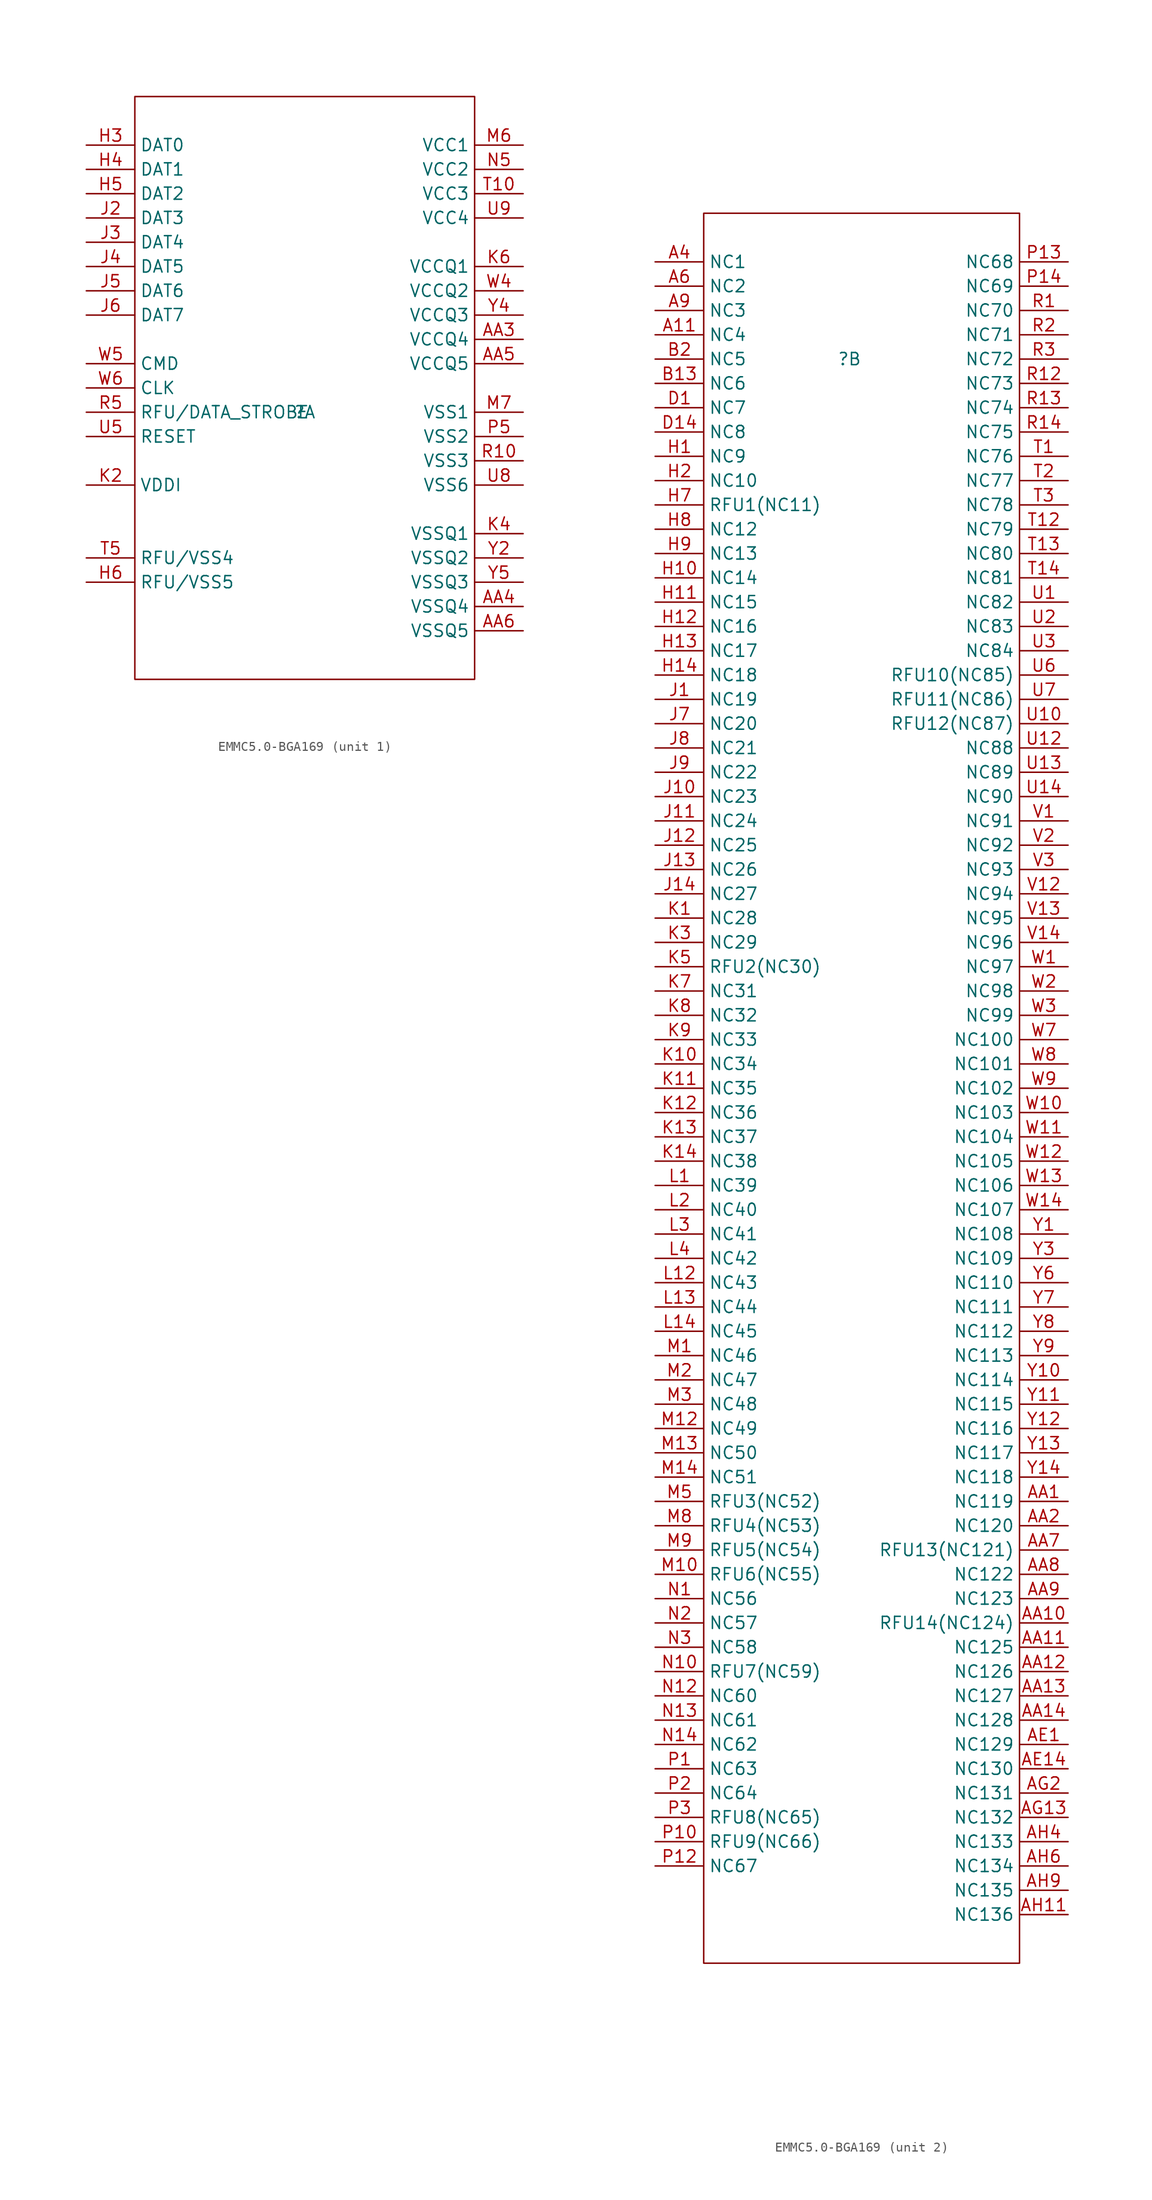
<source format=kicad_sym>
(kicad_symbol_lib
  (version 20231120)
  (generator "kicad_symbol_editor")
  (generator_version "8.0")
  (symbol "EMMC5.0-BGA169"
    (property "Reference" ""
      (at 0 0 0)
      (effects (font (size 1.27 1.27))))
    (property "Value" ""
      (at 0 0 0)
      (effects (font (size 1.27 1.27))))
    (symbol "EMMC5.0-BGA169_1_0"
      (rectangle (start -17.78 33.02) (end 17.78 -27.94) (stroke (width 0) (type default)) (fill (type none)))
      (pin input line (at 22.86 7.62 180) (length 5.08) (name "VCCQ4" (effects (font (size 1.27 1.27)))) (number "AA3" (effects (font (size 1.27 1.27)))))
      (pin input line (at 22.86 -20.32 180) (length 5.08) (name "VSSQ4" (effects (font (size 1.27 1.27)))) (number "AA4" (effects (font (size 1.27 1.27)))))
      (pin input line (at 22.86 5.08 180) (length 5.08) (name "VCCQ5" (effects (font (size 1.27 1.27)))) (number "AA5" (effects (font (size 1.27 1.27)))))
      (pin input line (at 22.86 -22.86 180) (length 5.08) (name "VSSQ5" (effects (font (size 1.27 1.27)))) (number "AA6" (effects (font (size 1.27 1.27)))))
      (pin input line (at -22.86 27.94 0) (length 5.08) (name "DAT0" (effects (font (size 1.27 1.27)))) (number "H3" (effects (font (size 1.27 1.27)))))
      (pin input line (at -22.86 25.4 0) (length 5.08) (name "DAT1" (effects (font (size 1.27 1.27)))) (number "H4" (effects (font (size 1.27 1.27)))))
      (pin input line (at -22.86 22.86 0) (length 5.08) (name "DAT2" (effects (font (size 1.27 1.27)))) (number "H5" (effects (font (size 1.27 1.27)))))
      (pin input line (at -22.86 -17.78 0) (length 5.08) (name "RFU/VSS5" (effects (font (size 1.27 1.27)))) (number "H6" (effects (font (size 1.27 1.27)))))
      (pin input line (at -22.86 20.32 0) (length 5.08) (name "DAT3" (effects (font (size 1.27 1.27)))) (number "J2" (effects (font (size 1.27 1.27)))))
      (pin input line (at -22.86 17.78 0) (length 5.08) (name "DAT4" (effects (font (size 1.27 1.27)))) (number "J3" (effects (font (size 1.27 1.27)))))
      (pin input line (at -22.86 15.24 0) (length 5.08) (name "DAT5" (effects (font (size 1.27 1.27)))) (number "J4" (effects (font (size 1.27 1.27)))))
      (pin input line (at -22.86 12.7 0) (length 5.08) (name "DAT6" (effects (font (size 1.27 1.27)))) (number "J5" (effects (font (size 1.27 1.27)))))
      (pin input line (at -22.86 10.16 0) (length 5.08) (name "DAT7" (effects (font (size 1.27 1.27)))) (number "J6" (effects (font (size 1.27 1.27)))))
      (pin input line (at -22.86 -7.62 0) (length 5.08) (name "VDDI" (effects (font (size 1.27 1.27)))) (number "K2" (effects (font (size 1.27 1.27)))))
      (pin input line (at 22.86 -12.7 180) (length 5.08) (name "VSSQ1" (effects (font (size 1.27 1.27)))) (number "K4" (effects (font (size 1.27 1.27)))))
      (pin input line (at 22.86 15.24 180) (length 5.08) (name "VCCQ1" (effects (font (size 1.27 1.27)))) (number "K6" (effects (font (size 1.27 1.27)))))
      (pin input line (at 22.86 27.94 180) (length 5.08) (name "VCC1" (effects (font (size 1.27 1.27)))) (number "M6" (effects (font (size 1.27 1.27)))))
      (pin input line (at 22.86 0 180) (length 5.08) (name "VSS1" (effects (font (size 1.27 1.27)))) (number "M7" (effects (font (size 1.27 1.27)))))
      (pin input line (at 22.86 25.4 180) (length 5.08) (name "VCC2" (effects (font (size 1.27 1.27)))) (number "N5" (effects (font (size 1.27 1.27)))))
      (pin input line (at 22.86 -2.54 180) (length 5.08) (name "VSS2" (effects (font (size 1.27 1.27)))) (number "P5" (effects (font (size 1.27 1.27)))))
      (pin input line (at 22.86 -5.08 180) (length 5.08) (name "VSS3" (effects (font (size 1.27 1.27)))) (number "R10" (effects (font (size 1.27 1.27)))))
      (pin input line (at -22.86 0 0) (length 5.08) (name "RFU/DATA_STROBE" (effects (font (size 1.27 1.27)))) (number "R5" (effects (font (size 1.27 1.27)))))
      (pin input line (at 22.86 22.86 180) (length 5.08) (name "VCC3" (effects (font (size 1.27 1.27)))) (number "T10" (effects (font (size 1.27 1.27)))))
      (pin input line (at -22.86 -15.24 0) (length 5.08) (name "RFU/VSS4" (effects (font (size 1.27 1.27)))) (number "T5" (effects (font (size 1.27 1.27)))))
      (pin input line (at -22.86 -2.54 0) (length 5.08) (name "RESET" (effects (font (size 1.27 1.27)))) (number "U5" (effects (font (size 1.27 1.27)))))
      (pin input line (at 22.86 -7.62 180) (length 5.08) (name "VSS6" (effects (font (size 1.27 1.27)))) (number "U8" (effects (font (size 1.27 1.27)))))
      (pin input line (at 22.86 20.32 180) (length 5.08) (name "VCC4" (effects (font (size 1.27 1.27)))) (number "U9" (effects (font (size 1.27 1.27)))))
      (pin input line (at 22.86 12.7 180) (length 5.08) (name "VCCQ2" (effects (font (size 1.27 1.27)))) (number "W4" (effects (font (size 1.27 1.27)))))
      (pin input line (at -22.86 5.08 0) (length 5.08) (name "CMD" (effects (font (size 1.27 1.27)))) (number "W5" (effects (font (size 1.27 1.27)))))
      (pin input line (at -22.86 2.54 0) (length 5.08) (name "CLK" (effects (font (size 1.27 1.27)))) (number "W6" (effects (font (size 1.27 1.27)))))
      (pin input line (at 22.86 -15.24 180) (length 5.08) (name "VSSQ2" (effects (font (size 1.27 1.27)))) (number "Y2" (effects (font (size 1.27 1.27)))))
      (pin input line (at 22.86 10.16 180) (length 5.08) (name "VCCQ3" (effects (font (size 1.27 1.27)))) (number "Y4" (effects (font (size 1.27 1.27)))))
      (pin input line (at 22.86 -17.78 180) (length 5.08) (name "VSSQ3" (effects (font (size 1.27 1.27)))) (number "Y5" (effects (font (size 1.27 1.27))))))
    (symbol "EMMC5.0-BGA169_2_0"
      (rectangle (start -15.24 15.24) (end 17.78 -167.64) (stroke (width 0) (type default)) (fill (type none)))
      (pin input line (at -20.32 2.54 0) (length 5.08) (name "NC4" (effects (font (size 1.27 1.27)))) (number "A11" (effects (font (size 1.27 1.27)))))
      (pin input line (at -20.32 10.16 0) (length 5.08) (name "NC1" (effects (font (size 1.27 1.27)))) (number "A4" (effects (font (size 1.27 1.27)))))
      (pin input line (at -20.32 7.62 0) (length 5.08) (name "NC2" (effects (font (size 1.27 1.27)))) (number "A6" (effects (font (size 1.27 1.27)))))
      (pin input line (at -20.32 5.08 0) (length 5.08) (name "NC3" (effects (font (size 1.27 1.27)))) (number "A9" (effects (font (size 1.27 1.27)))))
      (pin input line (at 22.86 -119.38 180) (length 5.08) (name "NC119" (effects (font (size 1.27 1.27)))) (number "AA1" (effects (font (size 1.27 1.27)))))
      (pin input line (at 22.86 -132.08 180) (length 5.08) (name "RFU14(NC124)" (effects (font (size 1.27 1.27)))) (number "AA10" (effects (font (size 1.27 1.27)))))
      (pin input line (at 22.86 -134.62 180) (length 5.08) (name "NC125" (effects (font (size 1.27 1.27)))) (number "AA11" (effects (font (size 1.27 1.27)))))
      (pin input line (at 22.86 -137.16 180) (length 5.08) (name "NC126" (effects (font (size 1.27 1.27)))) (number "AA12" (effects (font (size 1.27 1.27)))))
      (pin input line (at 22.86 -139.7 180) (length 5.08) (name "NC127" (effects (font (size 1.27 1.27)))) (number "AA13" (effects (font (size 1.27 1.27)))))
      (pin input line (at 22.86 -142.24 180) (length 5.08) (name "NC128" (effects (font (size 1.27 1.27)))) (number "AA14" (effects (font (size 1.27 1.27)))))
      (pin input line (at 22.86 -121.92 180) (length 5.08) (name "NC120" (effects (font (size 1.27 1.27)))) (number "AA2" (effects (font (size 1.27 1.27)))))
      (pin input line (at 22.86 -124.46 180) (length 5.08) (name "RFU13(NC121)" (effects (font (size 1.27 1.27)))) (number "AA7" (effects (font (size 1.27 1.27)))))
      (pin input line (at 22.86 -127 180) (length 5.08) (name "NC122" (effects (font (size 1.27 1.27)))) (number "AA8" (effects (font (size 1.27 1.27)))))
      (pin input line (at 22.86 -129.54 180) (length 5.08) (name "NC123" (effects (font (size 1.27 1.27)))) (number "AA9" (effects (font (size 1.27 1.27)))))
      (pin input line (at 22.86 -144.78 180) (length 5.08) (name "NC129" (effects (font (size 1.27 1.27)))) (number "AE1" (effects (font (size 1.27 1.27)))))
      (pin input line (at 22.86 -147.32 180) (length 5.08) (name "NC130" (effects (font (size 1.27 1.27)))) (number "AE14" (effects (font (size 1.27 1.27)))))
      (pin input line (at 22.86 -152.4 180) (length 5.08) (name "NC132" (effects (font (size 1.27 1.27)))) (number "AG13" (effects (font (size 1.27 1.27)))))
      (pin input line (at 22.86 -149.86 180) (length 5.08) (name "NC131" (effects (font (size 1.27 1.27)))) (number "AG2" (effects (font (size 1.27 1.27)))))
      (pin input line (at 22.86 -162.56 180) (length 5.08) (name "NC136" (effects (font (size 1.27 1.27)))) (number "AH11" (effects (font (size 1.27 1.27)))))
      (pin input line (at 22.86 -154.94 180) (length 5.08) (name "NC133" (effects (font (size 1.27 1.27)))) (number "AH4" (effects (font (size 1.27 1.27)))))
      (pin input line (at 22.86 -157.48 180) (length 5.08) (name "NC134" (effects (font (size 1.27 1.27)))) (number "AH6" (effects (font (size 1.27 1.27)))))
      (pin input line (at 22.86 -160.02 180) (length 5.08) (name "NC135" (effects (font (size 1.27 1.27)))) (number "AH9" (effects (font (size 1.27 1.27)))))
      (pin input line (at -20.32 -2.54 0) (length 5.08) (name "NC6" (effects (font (size 1.27 1.27)))) (number "B13" (effects (font (size 1.27 1.27)))))
      (pin input line (at -20.32 0 0) (length 5.08) (name "NC5" (effects (font (size 1.27 1.27)))) (number "B2" (effects (font (size 1.27 1.27)))))
      (pin input line (at -20.32 -5.08 0) (length 5.08) (name "NC7" (effects (font (size 1.27 1.27)))) (number "D1" (effects (font (size 1.27 1.27)))))
      (pin input line (at -20.32 -7.62 0) (length 5.08) (name "NC8" (effects (font (size 1.27 1.27)))) (number "D14" (effects (font (size 1.27 1.27)))))
      (pin input line (at -20.32 -10.16 0) (length 5.08) (name "NC9" (effects (font (size 1.27 1.27)))) (number "H1" (effects (font (size 1.27 1.27)))))
      (pin input line (at -20.32 -22.86 0) (length 5.08) (name "NC14" (effects (font (size 1.27 1.27)))) (number "H10" (effects (font (size 1.27 1.27)))))
      (pin input line (at -20.32 -25.4 0) (length 5.08) (name "NC15" (effects (font (size 1.27 1.27)))) (number "H11" (effects (font (size 1.27 1.27)))))
      (pin input line (at -20.32 -27.94 0) (length 5.08) (name "NC16" (effects (font (size 1.27 1.27)))) (number "H12" (effects (font (size 1.27 1.27)))))
      (pin input line (at -20.32 -30.48 0) (length 5.08) (name "NC17" (effects (font (size 1.27 1.27)))) (number "H13" (effects (font (size 1.27 1.27)))))
      (pin input line (at -20.32 -33.02 0) (length 5.08) (name "NC18" (effects (font (size 1.27 1.27)))) (number "H14" (effects (font (size 1.27 1.27)))))
      (pin input line (at -20.32 -12.7 0) (length 5.08) (name "NC10" (effects (font (size 1.27 1.27)))) (number "H2" (effects (font (size 1.27 1.27)))))
      (pin input line (at -20.32 -15.24 0) (length 5.08) (name "RFU1(NC11)" (effects (font (size 1.27 1.27)))) (number "H7" (effects (font (size 1.27 1.27)))))
      (pin input line (at -20.32 -17.78 0) (length 5.08) (name "NC12" (effects (font (size 1.27 1.27)))) (number "H8" (effects (font (size 1.27 1.27)))))
      (pin input line (at -20.32 -20.32 0) (length 5.08) (name "NC13" (effects (font (size 1.27 1.27)))) (number "H9" (effects (font (size 1.27 1.27)))))
      (pin input line (at -20.32 -35.56 0) (length 5.08) (name "NC19" (effects (font (size 1.27 1.27)))) (number "J1" (effects (font (size 1.27 1.27)))))
      (pin input line (at -20.32 -45.72 0) (length 5.08) (name "NC23" (effects (font (size 1.27 1.27)))) (number "J10" (effects (font (size 1.27 1.27)))))
      (pin input line (at -20.32 -48.26 0) (length 5.08) (name "NC24" (effects (font (size 1.27 1.27)))) (number "J11" (effects (font (size 1.27 1.27)))))
      (pin input line (at -20.32 -50.8 0) (length 5.08) (name "NC25" (effects (font (size 1.27 1.27)))) (number "J12" (effects (font (size 1.27 1.27)))))
      (pin input line (at -20.32 -53.34 0) (length 5.08) (name "NC26" (effects (font (size 1.27 1.27)))) (number "J13" (effects (font (size 1.27 1.27)))))
      (pin input line (at -20.32 -55.88 0) (length 5.08) (name "NC27" (effects (font (size 1.27 1.27)))) (number "J14" (effects (font (size 1.27 1.27)))))
      (pin input line (at -20.32 -38.1 0) (length 5.08) (name "NC20" (effects (font (size 1.27 1.27)))) (number "J7" (effects (font (size 1.27 1.27)))))
      (pin input line (at -20.32 -40.64 0) (length 5.08) (name "NC21" (effects (font (size 1.27 1.27)))) (number "J8" (effects (font (size 1.27 1.27)))))
      (pin input line (at -20.32 -43.18 0) (length 5.08) (name "NC22" (effects (font (size 1.27 1.27)))) (number "J9" (effects (font (size 1.27 1.27)))))
      (pin input line (at -20.32 -58.42 0) (length 5.08) (name "NC28" (effects (font (size 1.27 1.27)))) (number "K1" (effects (font (size 1.27 1.27)))))
      (pin input line (at -20.32 -73.66 0) (length 5.08) (name "NC34" (effects (font (size 1.27 1.27)))) (number "K10" (effects (font (size 1.27 1.27)))))
      (pin input line (at -20.32 -76.2 0) (length 5.08) (name "NC35" (effects (font (size 1.27 1.27)))) (number "K11" (effects (font (size 1.27 1.27)))))
      (pin input line (at -20.32 -78.74 0) (length 5.08) (name "NC36" (effects (font (size 1.27 1.27)))) (number "K12" (effects (font (size 1.27 1.27)))))
      (pin input line (at -20.32 -81.28 0) (length 5.08) (name "NC37" (effects (font (size 1.27 1.27)))) (number "K13" (effects (font (size 1.27 1.27)))))
      (pin input line (at -20.32 -83.82 0) (length 5.08) (name "NC38" (effects (font (size 1.27 1.27)))) (number "K14" (effects (font (size 1.27 1.27)))))
      (pin input line (at -20.32 -60.96 0) (length 5.08) (name "NC29" (effects (font (size 1.27 1.27)))) (number "K3" (effects (font (size 1.27 1.27)))))
      (pin input line (at -20.32 -63.5 0) (length 5.08) (name "RFU2(NC30)" (effects (font (size 1.27 1.27)))) (number "K5" (effects (font (size 1.27 1.27)))))
      (pin input line (at -20.32 -66.04 0) (length 5.08) (name "NC31" (effects (font (size 1.27 1.27)))) (number "K7" (effects (font (size 1.27 1.27)))))
      (pin input line (at -20.32 -68.58 0) (length 5.08) (name "NC32" (effects (font (size 1.27 1.27)))) (number "K8" (effects (font (size 1.27 1.27)))))
      (pin input line (at -20.32 -71.12 0) (length 5.08) (name "NC33" (effects (font (size 1.27 1.27)))) (number "K9" (effects (font (size 1.27 1.27)))))
      (pin input line (at -20.32 -86.36 0) (length 5.08) (name "NC39" (effects (font (size 1.27 1.27)))) (number "L1" (effects (font (size 1.27 1.27)))))
      (pin input line (at -20.32 -96.52 0) (length 5.08) (name "NC43" (effects (font (size 1.27 1.27)))) (number "L12" (effects (font (size 1.27 1.27)))))
      (pin input line (at -20.32 -99.06 0) (length 5.08) (name "NC44" (effects (font (size 1.27 1.27)))) (number "L13" (effects (font (size 1.27 1.27)))))
      (pin input line (at -20.32 -101.6 0) (length 5.08) (name "NC45" (effects (font (size 1.27 1.27)))) (number "L14" (effects (font (size 1.27 1.27)))))
      (pin input line (at -20.32 -88.9 0) (length 5.08) (name "NC40" (effects (font (size 1.27 1.27)))) (number "L2" (effects (font (size 1.27 1.27)))))
      (pin input line (at -20.32 -91.44 0) (length 5.08) (name "NC41" (effects (font (size 1.27 1.27)))) (number "L3" (effects (font (size 1.27 1.27)))))
      (pin input line (at -20.32 -93.98 0) (length 5.08) (name "NC42" (effects (font (size 1.27 1.27)))) (number "L4" (effects (font (size 1.27 1.27)))))
      (pin input line (at -20.32 -104.14 0) (length 5.08) (name "NC46" (effects (font (size 1.27 1.27)))) (number "M1" (effects (font (size 1.27 1.27)))))
      (pin input line (at -20.32 -127 0) (length 5.08) (name "RFU6(NC55)" (effects (font (size 1.27 1.27)))) (number "M10" (effects (font (size 1.27 1.27)))))
      (pin input line (at -20.32 -111.76 0) (length 5.08) (name "NC49" (effects (font (size 1.27 1.27)))) (number "M12" (effects (font (size 1.27 1.27)))))
      (pin input line (at -20.32 -114.3 0) (length 5.08) (name "NC50" (effects (font (size 1.27 1.27)))) (number "M13" (effects (font (size 1.27 1.27)))))
      (pin input line (at -20.32 -116.84 0) (length 5.08) (name "NC51" (effects (font (size 1.27 1.27)))) (number "M14" (effects (font (size 1.27 1.27)))))
      (pin input line (at -20.32 -106.68 0) (length 5.08) (name "NC47" (effects (font (size 1.27 1.27)))) (number "M2" (effects (font (size 1.27 1.27)))))
      (pin input line (at -20.32 -109.22 0) (length 5.08) (name "NC48" (effects (font (size 1.27 1.27)))) (number "M3" (effects (font (size 1.27 1.27)))))
      (pin input line (at -20.32 -119.38 0) (length 5.08) (name "RFU3(NC52)" (effects (font (size 1.27 1.27)))) (number "M5" (effects (font (size 1.27 1.27)))))
      (pin input line (at -20.32 -121.92 0) (length 5.08) (name "RFU4(NC53)" (effects (font (size 1.27 1.27)))) (number "M8" (effects (font (size 1.27 1.27)))))
      (pin input line (at -20.32 -124.46 0) (length 5.08) (name "RFU5(NC54)" (effects (font (size 1.27 1.27)))) (number "M9" (effects (font (size 1.27 1.27)))))
      (pin input line (at -20.32 -129.54 0) (length 5.08) (name "NC56" (effects (font (size 1.27 1.27)))) (number "N1" (effects (font (size 1.27 1.27)))))
      (pin input line (at -20.32 -137.16 0) (length 5.08) (name "RFU7(NC59)" (effects (font (size 1.27 1.27)))) (number "N10" (effects (font (size 1.27 1.27)))))
      (pin input line (at -20.32 -139.7 0) (length 5.08) (name "NC60" (effects (font (size 1.27 1.27)))) (number "N12" (effects (font (size 1.27 1.27)))))
      (pin input line (at -20.32 -142.24 0) (length 5.08) (name "NC61" (effects (font (size 1.27 1.27)))) (number "N13" (effects (font (size 1.27 1.27)))))
      (pin input line (at -20.32 -144.78 0) (length 5.08) (name "NC62" (effects (font (size 1.27 1.27)))) (number "N14" (effects (font (size 1.27 1.27)))))
      (pin input line (at -20.32 -132.08 0) (length 5.08) (name "NC57" (effects (font (size 1.27 1.27)))) (number "N2" (effects (font (size 1.27 1.27)))))
      (pin input line (at -20.32 -134.62 0) (length 5.08) (name "NC58" (effects (font (size 1.27 1.27)))) (number "N3" (effects (font (size 1.27 1.27)))))
      (pin input line (at -20.32 -147.32 0) (length 5.08) (name "NC63" (effects (font (size 1.27 1.27)))) (number "P1" (effects (font (size 1.27 1.27)))))
      (pin input line (at -20.32 -154.94 0) (length 5.08) (name "RFU9(NC66)" (effects (font (size 1.27 1.27)))) (number "P10" (effects (font (size 1.27 1.27)))))
      (pin input line (at -20.32 -157.48 0) (length 5.08) (name "NC67" (effects (font (size 1.27 1.27)))) (number "P12" (effects (font (size 1.27 1.27)))))
      (pin input line (at 22.86 10.16 180) (length 5.08) (name "NC68" (effects (font (size 1.27 1.27)))) (number "P13" (effects (font (size 1.27 1.27)))))
      (pin input line (at 22.86 7.62 180) (length 5.08) (name "NC69" (effects (font (size 1.27 1.27)))) (number "P14" (effects (font (size 1.27 1.27)))))
      (pin input line (at -20.32 -149.86 0) (length 5.08) (name "NC64" (effects (font (size 1.27 1.27)))) (number "P2" (effects (font (size 1.27 1.27)))))
      (pin input line (at -20.32 -152.4 0) (length 5.08) (name "RFU8(NC65)" (effects (font (size 1.27 1.27)))) (number "P3" (effects (font (size 1.27 1.27)))))
      (pin input line (at 22.86 5.08 180) (length 5.08) (name "NC70" (effects (font (size 1.27 1.27)))) (number "R1" (effects (font (size 1.27 1.27)))))
      (pin input line (at 22.86 -2.54 180) (length 5.08) (name "NC73" (effects (font (size 1.27 1.27)))) (number "R12" (effects (font (size 1.27 1.27)))))
      (pin input line (at 22.86 -5.08 180) (length 5.08) (name "NC74" (effects (font (size 1.27 1.27)))) (number "R13" (effects (font (size 1.27 1.27)))))
      (pin input line (at 22.86 -7.62 180) (length 5.08) (name "NC75" (effects (font (size 1.27 1.27)))) (number "R14" (effects (font (size 1.27 1.27)))))
      (pin input line (at 22.86 2.54 180) (length 5.08) (name "NC71" (effects (font (size 1.27 1.27)))) (number "R2" (effects (font (size 1.27 1.27)))))
      (pin input line (at 22.86 0 180) (length 5.08) (name "NC72" (effects (font (size 1.27 1.27)))) (number "R3" (effects (font (size 1.27 1.27)))))
      (pin input line (at 22.86 -10.16 180) (length 5.08) (name "NC76" (effects (font (size 1.27 1.27)))) (number "T1" (effects (font (size 1.27 1.27)))))
      (pin input line (at 22.86 -17.78 180) (length 5.08) (name "NC79" (effects (font (size 1.27 1.27)))) (number "T12" (effects (font (size 1.27 1.27)))))
      (pin input line (at 22.86 -20.32 180) (length 5.08) (name "NC80" (effects (font (size 1.27 1.27)))) (number "T13" (effects (font (size 1.27 1.27)))))
      (pin input line (at 22.86 -22.86 180) (length 5.08) (name "NC81" (effects (font (size 1.27 1.27)))) (number "T14" (effects (font (size 1.27 1.27)))))
      (pin input line (at 22.86 -12.7 180) (length 5.08) (name "NC77" (effects (font (size 1.27 1.27)))) (number "T2" (effects (font (size 1.27 1.27)))))
      (pin input line (at 22.86 -15.24 180) (length 5.08) (name "NC78" (effects (font (size 1.27 1.27)))) (number "T3" (effects (font (size 1.27 1.27)))))
      (pin input line (at 22.86 -25.4 180) (length 5.08) (name "NC82" (effects (font (size 1.27 1.27)))) (number "U1" (effects (font (size 1.27 1.27)))))
      (pin input line (at 22.86 -38.1 180) (length 5.08) (name "RFU12(NC87)" (effects (font (size 1.27 1.27)))) (number "U10" (effects (font (size 1.27 1.27)))))
      (pin input line (at 22.86 -40.64 180) (length 5.08) (name "NC88" (effects (font (size 1.27 1.27)))) (number "U12" (effects (font (size 1.27 1.27)))))
      (pin input line (at 22.86 -43.18 180) (length 5.08) (name "NC89" (effects (font (size 1.27 1.27)))) (number "U13" (effects (font (size 1.27 1.27)))))
      (pin input line (at 22.86 -45.72 180) (length 5.08) (name "NC90" (effects (font (size 1.27 1.27)))) (number "U14" (effects (font (size 1.27 1.27)))))
      (pin input line (at 22.86 -27.94 180) (length 5.08) (name "NC83" (effects (font (size 1.27 1.27)))) (number "U2" (effects (font (size 1.27 1.27)))))
      (pin input line (at 22.86 -30.48 180) (length 5.08) (name "NC84" (effects (font (size 1.27 1.27)))) (number "U3" (effects (font (size 1.27 1.27)))))
      (pin input line (at 22.86 -33.02 180) (length 5.08) (name "RFU10(NC85)" (effects (font (size 1.27 1.27)))) (number "U6" (effects (font (size 1.27 1.27)))))
      (pin input line (at 22.86 -35.56 180) (length 5.08) (name "RFU11(NC86)" (effects (font (size 1.27 1.27)))) (number "U7" (effects (font (size 1.27 1.27)))))
      (pin input line (at 22.86 -48.26 180) (length 5.08) (name "NC91" (effects (font (size 1.27 1.27)))) (number "V1" (effects (font (size 1.27 1.27)))))
      (pin input line (at 22.86 -55.88 180) (length 5.08) (name "NC94" (effects (font (size 1.27 1.27)))) (number "V12" (effects (font (size 1.27 1.27)))))
      (pin input line (at 22.86 -58.42 180) (length 5.08) (name "NC95" (effects (font (size 1.27 1.27)))) (number "V13" (effects (font (size 1.27 1.27)))))
      (pin input line (at 22.86 -60.96 180) (length 5.08) (name "NC96" (effects (font (size 1.27 1.27)))) (number "V14" (effects (font (size 1.27 1.27)))))
      (pin input line (at 22.86 -50.8 180) (length 5.08) (name "NC92" (effects (font (size 1.27 1.27)))) (number "V2" (effects (font (size 1.27 1.27)))))
      (pin input line (at 22.86 -53.34 180) (length 5.08) (name "NC93" (effects (font (size 1.27 1.27)))) (number "V3" (effects (font (size 1.27 1.27)))))
      (pin input line (at 22.86 -63.5 180) (length 5.08) (name "NC97" (effects (font (size 1.27 1.27)))) (number "W1" (effects (font (size 1.27 1.27)))))
      (pin input line (at 22.86 -78.74 180) (length 5.08) (name "NC103" (effects (font (size 1.27 1.27)))) (number "W10" (effects (font (size 1.27 1.27)))))
      (pin input line (at 22.86 -81.28 180) (length 5.08) (name "NC104" (effects (font (size 1.27 1.27)))) (number "W11" (effects (font (size 1.27 1.27)))))
      (pin input line (at 22.86 -83.82 180) (length 5.08) (name "NC105" (effects (font (size 1.27 1.27)))) (number "W12" (effects (font (size 1.27 1.27)))))
      (pin input line (at 22.86 -86.36 180) (length 5.08) (name "NC106" (effects (font (size 1.27 1.27)))) (number "W13" (effects (font (size 1.27 1.27)))))
      (pin input line (at 22.86 -88.9 180) (length 5.08) (name "NC107" (effects (font (size 1.27 1.27)))) (number "W14" (effects (font (size 1.27 1.27)))))
      (pin input line (at 22.86 -66.04 180) (length 5.08) (name "NC98" (effects (font (size 1.27 1.27)))) (number "W2" (effects (font (size 1.27 1.27)))))
      (pin input line (at 22.86 -68.58 180) (length 5.08) (name "NC99" (effects (font (size 1.27 1.27)))) (number "W3" (effects (font (size 1.27 1.27)))))
      (pin input line (at 22.86 -71.12 180) (length 5.08) (name "NC100" (effects (font (size 1.27 1.27)))) (number "W7" (effects (font (size 1.27 1.27)))))
      (pin input line (at 22.86 -73.66 180) (length 5.08) (name "NC101" (effects (font (size 1.27 1.27)))) (number "W8" (effects (font (size 1.27 1.27)))))
      (pin input line (at 22.86 -76.2 180) (length 5.08) (name "NC102" (effects (font (size 1.27 1.27)))) (number "W9" (effects (font (size 1.27 1.27)))))
      (pin input line (at 22.86 -91.44 180) (length 5.08) (name "NC108" (effects (font (size 1.27 1.27)))) (number "Y1" (effects (font (size 1.27 1.27)))))
      (pin input line (at 22.86 -106.68 180) (length 5.08) (name "NC114" (effects (font (size 1.27 1.27)))) (number "Y10" (effects (font (size 1.27 1.27)))))
      (pin input line (at 22.86 -109.22 180) (length 5.08) (name "NC115" (effects (font (size 1.27 1.27)))) (number "Y11" (effects (font (size 1.27 1.27)))))
      (pin input line (at 22.86 -111.76 180) (length 5.08) (name "NC116" (effects (font (size 1.27 1.27)))) (number "Y12" (effects (font (size 1.27 1.27)))))
      (pin input line (at 22.86 -114.3 180) (length 5.08) (name "NC117" (effects (font (size 1.27 1.27)))) (number "Y13" (effects (font (size 1.27 1.27)))))
      (pin input line (at 22.86 -116.84 180) (length 5.08) (name "NC118" (effects (font (size 1.27 1.27)))) (number "Y14" (effects (font (size 1.27 1.27)))))
      (pin input line (at 22.86 -93.98 180) (length 5.08) (name "NC109" (effects (font (size 1.27 1.27)))) (number "Y3" (effects (font (size 1.27 1.27)))))
      (pin input line (at 22.86 -96.52 180) (length 5.08) (name "NC110" (effects (font (size 1.27 1.27)))) (number "Y6" (effects (font (size 1.27 1.27)))))
      (pin input line (at 22.86 -99.06 180) (length 5.08) (name "NC111" (effects (font (size 1.27 1.27)))) (number "Y7" (effects (font (size 1.27 1.27)))))
      (pin input line (at 22.86 -101.6 180) (length 5.08) (name "NC112" (effects (font (size 1.27 1.27)))) (number "Y8" (effects (font (size 1.27 1.27)))))
      (pin input line (at 22.86 -104.14 180) (length 5.08) (name "NC113" (effects (font (size 1.27 1.27)))) (number "Y9" (effects (font (size 1.27 1.27))))))))
</source>
